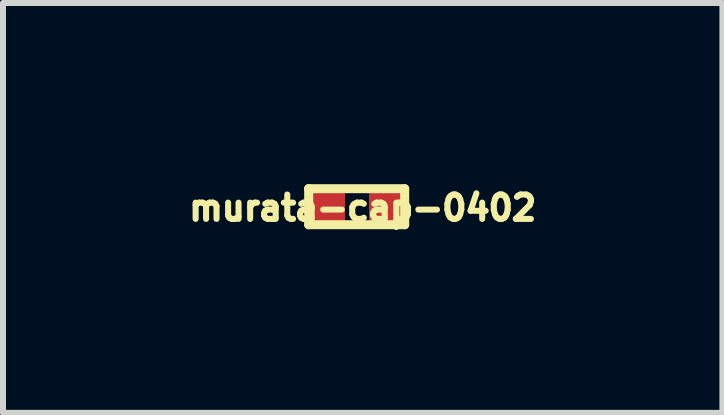
<source format=kicad_pcb>
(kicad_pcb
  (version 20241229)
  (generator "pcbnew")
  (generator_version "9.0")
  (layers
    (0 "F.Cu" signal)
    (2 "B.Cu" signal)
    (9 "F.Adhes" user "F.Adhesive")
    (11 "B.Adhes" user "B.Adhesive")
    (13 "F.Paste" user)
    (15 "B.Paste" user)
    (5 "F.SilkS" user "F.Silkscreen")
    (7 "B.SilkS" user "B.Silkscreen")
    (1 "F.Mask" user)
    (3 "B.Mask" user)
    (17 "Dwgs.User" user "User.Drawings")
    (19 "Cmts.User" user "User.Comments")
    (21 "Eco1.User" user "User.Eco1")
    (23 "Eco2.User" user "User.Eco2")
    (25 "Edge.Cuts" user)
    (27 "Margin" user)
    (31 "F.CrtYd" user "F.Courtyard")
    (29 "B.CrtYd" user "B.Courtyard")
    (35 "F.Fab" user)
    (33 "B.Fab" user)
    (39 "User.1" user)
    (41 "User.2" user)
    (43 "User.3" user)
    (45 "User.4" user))
  (footprint "murata-cap-0402"
    (layer "F.Cu")
    (at 2.894 0.395)
    (property "Reference" "murata-cap-0402" (at 0.1 0.02 0) (layer "F.SilkS") (effects (font (size 0.406 0.406) (thickness 0.101))))
    (attr through_hole)
    (fp_line (start -0.8 -0.3) (end -0.8 -0.3) (stroke (width 0.15) (type solid)) (layer "F.SilkS"))
    (fp_line (start -0.8 -0.3) (end 0.8 -0.3) (stroke (width 0.15) (type solid)) (layer "F.SilkS"))
    (fp_line (start -0.8 0.3) (end -0.8 -0.3) (stroke (width 0.15) (type solid)) (layer "F.SilkS"))
    (fp_line (start 0.8 -0.3) (end 0.8 0.3) (stroke (width 0.15) (type solid)) (layer "F.SilkS"))
    (fp_line (start 0.8 0.3) (end -0.8 0.3) (stroke (width 0.15) (type solid)) (layer "F.SilkS"))
    (pad "1" smd rect (at -0.47 0) (size 0.55 0.5) (layers "F.Cu" "F.Mask" "F.Paste"))
    (pad "2" smd rect (at 0.48 0) (size 0.55 0.5) (layers "F.Cu" "F.Mask" "F.Paste")))
  (gr_rect
    (start -3 -3)
    (end 8.989 3.83)
    (stroke (width 0.1) (type default))
    (fill no)
    (layer "Edge.Cuts")))
</source>
